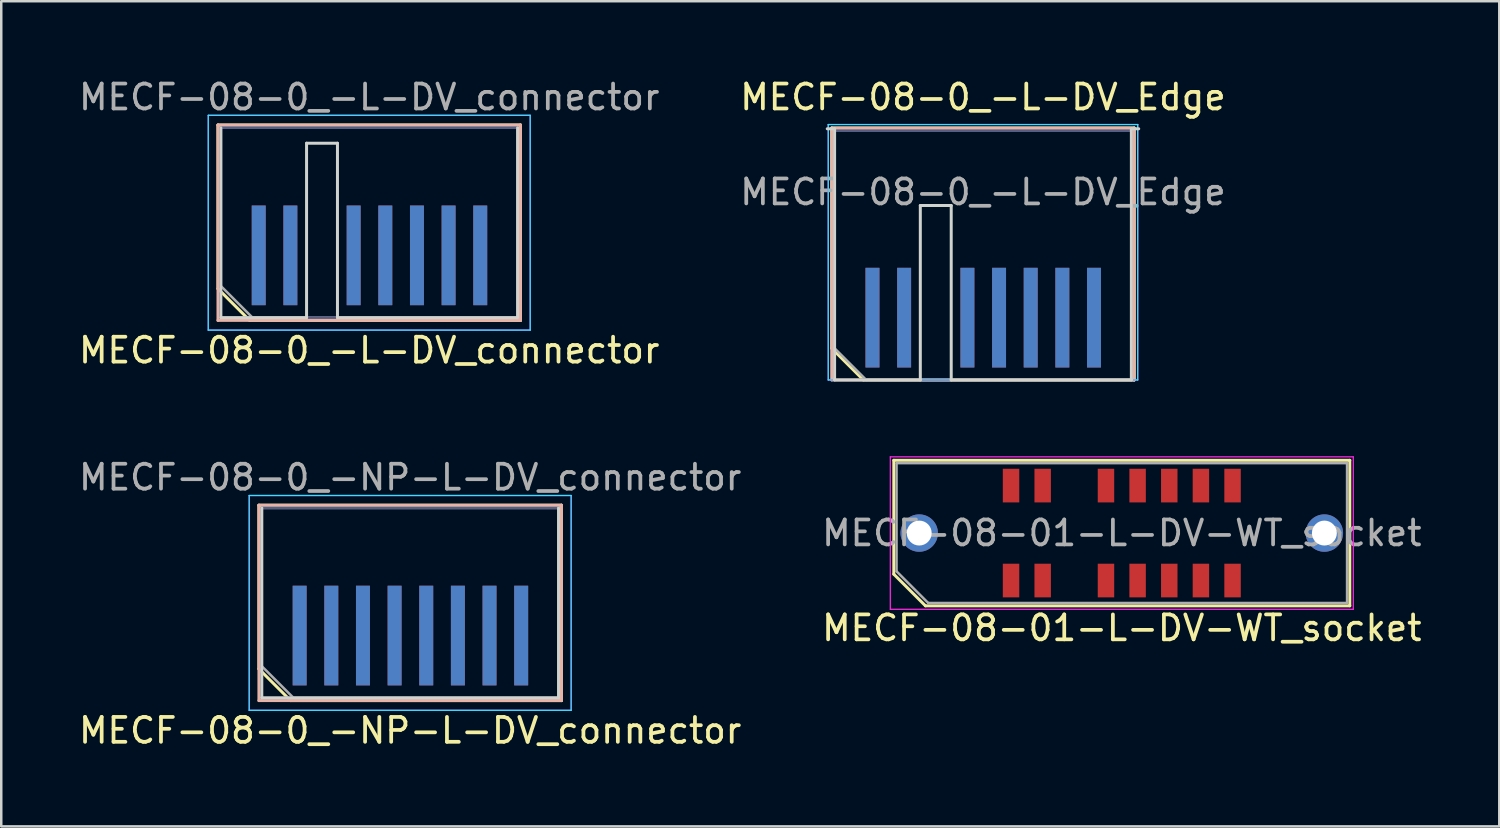
<source format=kicad_pcb>
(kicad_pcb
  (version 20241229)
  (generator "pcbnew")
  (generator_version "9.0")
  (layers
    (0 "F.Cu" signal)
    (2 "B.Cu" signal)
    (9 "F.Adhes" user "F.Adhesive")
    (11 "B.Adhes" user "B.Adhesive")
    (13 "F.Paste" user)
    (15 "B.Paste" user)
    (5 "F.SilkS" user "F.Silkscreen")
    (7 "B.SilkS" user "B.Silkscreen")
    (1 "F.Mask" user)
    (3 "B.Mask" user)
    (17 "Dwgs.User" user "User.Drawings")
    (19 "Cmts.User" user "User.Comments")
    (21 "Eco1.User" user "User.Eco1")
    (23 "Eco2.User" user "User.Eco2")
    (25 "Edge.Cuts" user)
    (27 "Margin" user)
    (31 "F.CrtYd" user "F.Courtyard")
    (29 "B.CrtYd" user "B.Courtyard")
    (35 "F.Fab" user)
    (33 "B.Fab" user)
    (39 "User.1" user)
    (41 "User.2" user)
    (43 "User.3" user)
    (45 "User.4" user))
  (footprint "MECF-08-0_-L-DV_Edge"
    (layer "F.Cu")
    (at 36.399 7.198)
    (property "Reference" "MECF-08-0_-L-DV_Edge" (at 0 -6.35 0) (layer "F.SilkS") (effects (font (size 1 1) (thickness 0.15))))
    (attr exclude_from_pos_files exclude_from_bom)
    (fp_line (start -6.07 -5.11) (end 6.07 -5.11) (stroke (width 0.12) (type solid)) (layer "F.SilkS"))
    (fp_line (start -6.07 3.73) (end -6.07 -5.11) (stroke (width 0.12) (type solid)) (layer "F.SilkS"))
    (fp_line (start -4.8 5) (end -6.07 3.73) (stroke (width 0.12) (type solid)) (layer "F.SilkS"))
    (fp_line (start -4.8 5) (end 6.07 5) (stroke (width 0.12) (type solid)) (layer "F.SilkS"))
    (fp_line (start 6.07 5) (end 6.07 -5.11) (stroke (width 0.12) (type solid)) (layer "F.SilkS"))
    (fp_line (start -6.07 -5.11) (end 6.07 -5.11) (stroke (width 0.12) (type solid)) (layer "B.SilkS"))
    (fp_line (start -6.07 5) (end -6.07 -5.11) (stroke (width 0.12) (type solid)) (layer "B.SilkS"))
    (fp_line (start -6.07 5) (end 6.07 5) (stroke (width 0.12) (type solid)) (layer "B.SilkS"))
    (fp_line (start 6.07 5) (end 6.07 -5.11) (stroke (width 0.12) (type solid)) (layer "B.SilkS"))
    (fp_line (start -6.25 -5.08) (end -5.955 -5.08) (stroke (width 0.12) (type solid)) (layer "Edge.Cuts"))
    (fp_line (start -5.955 5) (end -5.955 -5.08) (stroke (width 0.12) (type solid)) (layer "Edge.Cuts"))
    (fp_line (start -5.955 5) (end -2.515 5) (stroke (width 0.12) (type solid)) (layer "Edge.Cuts"))
    (fp_line (start -2.515 -2) (end -1.275 -2) (stroke (width 0.12) (type solid)) (layer "Edge.Cuts"))
    (fp_line (start -2.515 5) (end -2.515 -2) (stroke (width 0.12) (type solid)) (layer "Edge.Cuts"))
    (fp_line (start -1.275 5) (end -1.275 -2) (stroke (width 0.12) (type solid)) (layer "Edge.Cuts"))
    (fp_line (start -1.275 5) (end 5.955 5) (stroke (width 0.12) (type solid)) (layer "Edge.Cuts"))
    (fp_line (start 5.955 5) (end 5.955 -5.08) (stroke (width 0.12) (type solid)) (layer "Edge.Cuts"))
    (fp_line (start 6.25 -5.08) (end 5.955 -5.08) (stroke (width 0.12) (type solid)) (layer "Edge.Cuts"))
    (fp_line (start -6.21 -5.25) (end -6.21 5) (stroke (width 0.05) (type solid)) (layer "B.CrtYd"))
    (fp_line (start -6.21 5) (end 6.21 5) (stroke (width 0.05) (type solid)) (layer "B.CrtYd"))
    (fp_line (start 6.21 -5.25) (end -6.21 -5.25) (stroke (width 0.05) (type solid)) (layer "B.CrtYd"))
    (fp_line (start 6.21 5) (end 6.21 -5.25) (stroke (width 0.05) (type solid)) (layer "B.CrtYd"))
    (fp_line (start -6.21 -5.25) (end -6.21 5) (stroke (width 0.05) (type solid)) (layer "F.CrtYd"))
    (fp_line (start -6.21 5) (end 6.21 5) (stroke (width 0.05) (type solid)) (layer "F.CrtYd"))
    (fp_line (start 6.21 -5.25) (end -6.21 -5.25) (stroke (width 0.05) (type solid)) (layer "F.CrtYd"))
    (fp_line (start 6.21 5) (end 6.21 -5.25) (stroke (width 0.05) (type solid)) (layer "F.CrtYd"))
    (fp_line (start -5.955 -5) (end 5.955 -5) (stroke (width 0.1) (type solid)) (layer "B.Fab"))
    (fp_line (start -5.955 5) (end -5.955 -5) (stroke (width 0.1) (type solid)) (layer "B.Fab"))
    (fp_line (start -5.955 5) (end 5.955 5) (stroke (width 0.1) (type solid)) (layer "B.Fab"))
    (fp_line (start 5.955 5) (end 5.955 -5) (stroke (width 0.1) (type solid)) (layer "B.Fab"))
    (fp_line (start -5.955 -5) (end 5.955 -5) (stroke (width 0.1) (type solid)) (layer "F.Fab"))
    (fp_line (start -5.955 3.73) (end -5.955 -5) (stroke (width 0.1) (type solid)) (layer "F.Fab"))
    (fp_line (start -5.955 3.73) (end -4.685 5) (stroke (width 0.1) (type solid)) (layer "F.Fab"))
    (fp_line (start -4.685 5) (end 5.955 5) (stroke (width 0.1) (type solid)) (layer "F.Fab"))
    (fp_line (start 5.955 5) (end 5.955 -5) (stroke (width 0.1) (type solid)) (layer "F.Fab"))
    (fp_text user "${REFERENCE}" (at 0 -2.54 0) (layer "F.Fab") (effects (font (size 1 1) (thickness 0.15))))
    (pad "1" smd rect (at -4.435 2.5) (size 0.56 4) (layers "F.Cu" "F.Mask" "F.Paste"))
    (pad "2" smd rect (at -4.435 2.5) (size 0.56 4) (layers "B.Cu" "B.Mask" "B.Paste"))
    (pad "3" smd rect (at -3.165 2.5) (size 0.56 4) (layers "F.Cu" "F.Mask" "F.Paste"))
    (pad "4" smd rect (at -3.165 2.5) (size 0.56 4) (layers "B.Cu" "B.Mask" "B.Paste"))
    (pad "7" smd rect (at -0.625 2.5) (size 0.56 4) (layers "F.Cu" "F.Mask" "F.Paste"))
    (pad "8" smd rect (at -0.625 2.5) (size 0.56 4) (layers "B.Cu" "B.Mask" "B.Paste"))
    (pad "9" smd rect (at 0.645 2.5) (size 0.56 4) (layers "F.Cu" "F.Mask" "F.Paste"))
    (pad "10" smd rect (at 0.645 2.5) (size 0.56 4) (layers "B.Cu" "B.Mask" "B.Paste"))
    (pad "11" smd rect (at 1.915 2.5) (size 0.56 4) (layers "F.Cu" "F.Mask" "F.Paste"))
    (pad "12" smd rect (at 1.915 2.5) (size 0.56 4) (layers "B.Cu" "B.Mask" "B.Paste"))
    (pad "13" smd rect (at 3.185 2.5) (size 0.56 4) (layers "F.Cu" "F.Mask" "F.Paste"))
    (pad "14" smd rect (at 3.185 2.5) (size 0.56 4) (layers "B.Cu" "B.Mask" "B.Paste"))
    (pad "15" smd rect (at 4.455 2.5) (size 0.56 4) (layers "F.Cu" "F.Mask" "F.Paste"))
    (pad "16" smd rect (at 4.455 2.5) (size 0.56 4) (layers "B.Cu" "B.Mask" "B.Paste")))
  (footprint "MECF-08-0_-NP-L-DV_connector"
    (layer "F.Cu")
    (at 13.411 22.456)
    (property "Reference" "MECF-08-0_-NP-L-DV_connector" (at 0 3.81 0) (layer "F.SilkS") (effects (font (size 1 1) (thickness 0.15))))
    (attr smd)
    (fp_line (start -6.07 -5.23) (end 6.07 -5.23) (stroke (width 0.12) (type solid)) (layer "F.SilkS"))
    (fp_line (start -6.07 1.34) (end -6.07 -5.23) (stroke (width 0.12) (type solid)) (layer "F.SilkS"))
    (fp_line (start -4.8 2.61) (end -6.07 1.34) (stroke (width 0.12) (type solid)) (layer "F.SilkS"))
    (fp_line (start -4.8 2.61) (end 6.07 2.61) (stroke (width 0.12) (type solid)) (layer "F.SilkS"))
    (fp_line (start 6.07 2.61) (end 6.07 -5.23) (stroke (width 0.12) (type solid)) (layer "F.SilkS"))
    (fp_line (start -6.07 -5.23) (end 6.07 -5.23) (stroke (width 0.12) (type solid)) (layer "B.SilkS"))
    (fp_line (start -6.07 2.61) (end -6.07 -5.23) (stroke (width 0.12) (type solid)) (layer "B.SilkS"))
    (fp_line (start -6.07 2.61) (end 6.07 2.61) (stroke (width 0.12) (type solid)) (layer "B.SilkS"))
    (fp_line (start 6.07 2.61) (end 6.07 -5.23) (stroke (width 0.12) (type solid)) (layer "B.SilkS"))
    (fp_line (start -5.955 2.5) (end -5.955 -5.12) (stroke (width 0.12) (type solid)) (layer "Edge.Cuts"))
    (fp_line (start -5.955 2.5) (end 5.955 2.5) (stroke (width 0.12) (type solid)) (layer "Edge.Cuts"))
    (fp_line (start 5.955 2.5) (end 5.955 -5.12) (stroke (width 0.12) (type solid)) (layer "Edge.Cuts"))
    (fp_line (start -6.46 -5.62) (end -6.46 3) (stroke (width 0.05) (type solid)) (layer "B.CrtYd"))
    (fp_line (start -6.46 3) (end 6.46 3) (stroke (width 0.05) (type solid)) (layer "B.CrtYd"))
    (fp_line (start 6.46 -5.62) (end -6.46 -5.62) (stroke (width 0.05) (type solid)) (layer "B.CrtYd"))
    (fp_line (start 6.46 3) (end 6.46 -5.62) (stroke (width 0.05) (type solid)) (layer "B.CrtYd"))
    (fp_line (start -6.46 -5.62) (end -6.46 3) (stroke (width 0.05) (type solid)) (layer "F.CrtYd"))
    (fp_line (start -6.46 3) (end 6.46 3) (stroke (width 0.05) (type solid)) (layer "F.CrtYd"))
    (fp_line (start 6.46 -5.62) (end -6.46 -5.62) (stroke (width 0.05) (type solid)) (layer "F.CrtYd"))
    (fp_line (start 6.46 3) (end 6.46 -5.62) (stroke (width 0.05) (type solid)) (layer "F.CrtYd"))
    (fp_line (start -5.955 -5.12) (end 5.955 -5.12) (stroke (width 0.1) (type solid)) (layer "B.Fab"))
    (fp_line (start -5.955 2.5) (end -5.955 -5.12) (stroke (width 0.1) (type solid)) (layer "B.Fab"))
    (fp_line (start -5.955 2.5) (end 5.955 2.5) (stroke (width 0.1) (type solid)) (layer "B.Fab"))
    (fp_line (start 5.955 2.5) (end 5.955 -5.12) (stroke (width 0.1) (type solid)) (layer "B.Fab"))
    (fp_line (start -5.955 -5.12) (end 5.955 -5.12) (stroke (width 0.1) (type solid)) (layer "F.Fab"))
    (fp_line (start -5.955 1.23) (end -5.955 -5.12) (stroke (width 0.1) (type solid)) (layer "F.Fab"))
    (fp_line (start -5.955 1.23) (end -4.685 2.5) (stroke (width 0.1) (type solid)) (layer "F.Fab"))
    (fp_line (start -4.685 2.5) (end 5.955 2.5) (stroke (width 0.1) (type solid)) (layer "F.Fab"))
    (fp_line (start 5.955 2.5) (end 5.955 -5.12) (stroke (width 0.1) (type solid)) (layer "F.Fab"))
    (fp_text user "${REFERENCE}" (at 0 -6.35 0) (layer "F.Fab") (effects (font (size 1 1) (thickness 0.15))))
    (pad "1" smd rect (at -4.435 0) (size 0.56 4) (layers "F.Cu" "F.Mask" "F.Paste"))
    (pad "2" smd rect (at -4.435 0) (size 0.56 4) (layers "B.Cu" "B.Mask" "B.Paste"))
    (pad "3" smd rect (at -3.165 0) (size 0.56 4) (layers "F.Cu" "F.Mask" "F.Paste"))
    (pad "4" smd rect (at -3.165 0) (size 0.56 4) (layers "B.Cu" "B.Mask" "B.Paste"))
    (pad "5" smd rect (at -1.895 0) (size 0.56 4) (layers "F.Cu" "F.Mask" "F.Paste"))
    (pad "6" smd rect (at -1.895 0) (size 0.56 4) (layers "B.Cu" "B.Mask" "B.Paste"))
    (pad "7" smd rect (at -0.625 0) (size 0.56 4) (layers "F.Cu" "F.Mask" "F.Paste"))
    (pad "8" smd rect (at -0.625 0) (size 0.56 4) (layers "B.Cu" "B.Mask" "B.Paste"))
    (pad "9" smd rect (at 0.645 0) (size 0.56 4) (layers "F.Cu" "F.Mask" "F.Paste"))
    (pad "10" smd rect (at 0.645 0) (size 0.56 4) (layers "B.Cu" "B.Mask" "B.Paste"))
    (pad "11" smd rect (at 1.915 0) (size 0.56 4) (layers "F.Cu" "F.Mask" "F.Paste"))
    (pad "12" smd rect (at 1.915 0) (size 0.56 4) (layers "B.Cu" "B.Mask" "B.Paste"))
    (pad "13" smd rect (at 3.185 0) (size 0.56 4) (layers "F.Cu" "F.Mask" "F.Paste"))
    (pad "14" smd rect (at 3.185 0) (size 0.56 4) (layers "B.Cu" "B.Mask" "B.Paste"))
    (pad "15" smd rect (at 4.455 0) (size 0.56 4) (layers "F.Cu" "F.Mask" "F.Paste"))
    (pad "16" smd rect (at 4.455 0) (size 0.56 4) (layers "B.Cu" "B.Mask" "B.Paste")))
  (footprint "MECF-08-01-L-DV-WT_socket"
    (layer "F.Cu")
    (at 41.97 18.343)
    (property "Reference" "MECF-08-01-L-DV-WT_socket" (at 0 3.81 0) (layer "F.SilkS") (effects (font (size 1 1) (thickness 0.15))))
    (attr smd)
    (fp_line (start -9.15 -2.92) (end 9.15 -2.92) (stroke (width 0.12) (type solid)) (layer "F.SilkS"))
    (fp_line (start -9.15 1.65) (end -9.15 -2.92) (stroke (width 0.12) (type solid)) (layer "F.SilkS"))
    (fp_line (start -7.88 2.92) (end -9.15 1.65) (stroke (width 0.12) (type solid)) (layer "F.SilkS"))
    (fp_line (start -7.88 2.92) (end 9.15 2.92) (stroke (width 0.12) (type solid)) (layer "F.SilkS"))
    (fp_line (start 9.15 2.92) (end 9.15 -2.92) (stroke (width 0.12) (type solid)) (layer "F.SilkS"))
    (fp_line (start -9.29 -3.06) (end -9.29 3.06) (stroke (width 0.05) (type solid)) (layer "F.CrtYd"))
    (fp_line (start -9.29 3.06) (end 9.29 3.06) (stroke (width 0.05) (type solid)) (layer "F.CrtYd"))
    (fp_line (start 9.29 -3.06) (end -9.29 -3.06) (stroke (width 0.05) (type solid)) (layer "F.CrtYd"))
    (fp_line (start 9.29 3.06) (end 9.29 -3.06) (stroke (width 0.05) (type solid)) (layer "F.CrtYd"))
    (fp_line (start -9.04 -2.805) (end 9.04 -2.805) (stroke (width 0.1) (type solid)) (layer "F.Fab"))
    (fp_line (start -9.04 1.535) (end -9.04 -2.805) (stroke (width 0.1) (type solid)) (layer "F.Fab"))
    (fp_line (start -9.04 1.535) (end -7.77 2.805) (stroke (width 0.1) (type solid)) (layer "F.Fab"))
    (fp_line (start -7.77 2.805) (end 9.04 2.805) (stroke (width 0.1) (type solid)) (layer "F.Fab"))
    (fp_line (start 9.04 2.805) (end 9.04 -2.805) (stroke (width 0.1) (type solid)) (layer "F.Fab"))
    (fp_text user "${REFERENCE}" (at 0 0 0) (layer "F.Fab") (effects (font (size 1 1) (thickness 0.15))))
    (pad "" thru_hole circle (at -8.13 0) (size 1.5 1.5) (drill 1) (layers "*.Cu" "*.Mask"))
    (pad "" np_thru_hole circle (at -6.225 0) (size 0.001 0.001) (drill 1.45) (layers "*.Cu" "*.Mask"))
    (pad "" np_thru_hole circle (at 6.225 1) (size 0.001 0.001) (drill 1.45) (layers "*.Cu" "*.Mask"))
    (pad "" thru_hole circle (at 8.13 0) (size 1.5 1.5) (drill 1) (layers "*.Cu" "*.Mask"))
    (pad "1" smd rect (at -4.445 1.905) (size 0.66 1.35) (layers "F.Cu" "F.Mask" "F.Paste"))
    (pad "2" smd rect (at -4.445 -1.905) (size 0.66 1.35) (layers "F.Cu" "F.Mask" "F.Paste"))
    (pad "3" smd rect (at -3.175 1.905) (size 0.66 1.35) (layers "F.Cu" "F.Mask" "F.Paste"))
    (pad "4" smd rect (at -3.175 -1.905) (size 0.66 1.35) (layers "F.Cu" "F.Mask" "F.Paste"))
    (pad "7" smd rect (at -0.635 1.905) (size 0.66 1.35) (layers "F.Cu" "F.Mask" "F.Paste"))
    (pad "8" smd rect (at -0.635 -1.905) (size 0.66 1.35) (layers "F.Cu" "F.Mask" "F.Paste"))
    (pad "9" smd rect (at 0.635 1.905) (size 0.66 1.35) (layers "F.Cu" "F.Mask" "F.Paste"))
    (pad "10" smd rect (at 0.635 -1.905) (size 0.66 1.35) (layers "F.Cu" "F.Mask" "F.Paste"))
    (pad "11" smd rect (at 1.905 1.905) (size 0.66 1.35) (layers "F.Cu" "F.Mask" "F.Paste"))
    (pad "12" smd rect (at 1.905 -1.905) (size 0.66 1.35) (layers "F.Cu" "F.Mask" "F.Paste"))
    (pad "13" smd rect (at 3.175 1.905) (size 0.66 1.35) (layers "F.Cu" "F.Mask" "F.Paste"))
    (pad "14" smd rect (at 3.175 -1.905) (size 0.66 1.35) (layers "F.Cu" "F.Mask" "F.Paste"))
    (pad "15" smd rect (at 4.445 1.905) (size 0.66 1.35) (layers "F.Cu" "F.Mask" "F.Paste"))
    (pad "16" smd rect (at 4.445 -1.905) (size 0.66 1.35) (layers "F.Cu" "F.Mask" "F.Paste")))
  (footprint "MECF-08-0_-L-DV_connector"
    (layer "F.Cu")
    (at 11.768 7.198)
    (property "Reference" "MECF-08-0_-L-DV_connector" (at 0 3.81 0) (layer "F.SilkS") (effects (font (size 1 1) (thickness 0.15))))
    (attr smd)
    (fp_line (start -6.07 -5.23) (end 6.07 -5.23) (stroke (width 0.12) (type solid)) (layer "F.SilkS"))
    (fp_line (start -6.07 1.34) (end -6.07 -5.23) (stroke (width 0.12) (type solid)) (layer "F.SilkS"))
    (fp_line (start -4.8 2.61) (end -6.07 1.34) (stroke (width 0.12) (type solid)) (layer "F.SilkS"))
    (fp_line (start -4.8 2.61) (end 6.07 2.61) (stroke (width 0.12) (type solid)) (layer "F.SilkS"))
    (fp_line (start 6.07 2.61) (end 6.07 -5.23) (stroke (width 0.12) (type solid)) (layer "F.SilkS"))
    (fp_line (start -6.07 -5.23) (end 6.07 -5.23) (stroke (width 0.12) (type solid)) (layer "B.SilkS"))
    (fp_line (start -6.07 2.61) (end -6.07 -5.23) (stroke (width 0.12) (type solid)) (layer "B.SilkS"))
    (fp_line (start -6.07 2.61) (end 6.07 2.61) (stroke (width 0.12) (type solid)) (layer "B.SilkS"))
    (fp_line (start 6.07 2.61) (end 6.07 -5.23) (stroke (width 0.12) (type solid)) (layer "B.SilkS"))
    (fp_line (start -5.955 2.5) (end -5.955 -5.12) (stroke (width 0.12) (type solid)) (layer "Edge.Cuts"))
    (fp_line (start -5.955 2.5) (end -2.515 2.5) (stroke (width 0.12) (type solid)) (layer "Edge.Cuts"))
    (fp_line (start -2.515 -4.5) (end -1.275 -4.5) (stroke (width 0.12) (type solid)) (layer "Edge.Cuts"))
    (fp_line (start -2.515 2.5) (end -2.515 -4.5) (stroke (width 0.12) (type solid)) (layer "Edge.Cuts"))
    (fp_line (start -1.275 2.5) (end -1.275 -4.5) (stroke (width 0.12) (type solid)) (layer "Edge.Cuts"))
    (fp_line (start -1.275 2.5) (end 5.955 2.5) (stroke (width 0.12) (type solid)) (layer "Edge.Cuts"))
    (fp_line (start 5.955 2.5) (end 5.955 -5.12) (stroke (width 0.12) (type solid)) (layer "Edge.Cuts"))
    (fp_line (start -6.46 -5.62) (end -6.46 3) (stroke (width 0.05) (type solid)) (layer "B.CrtYd"))
    (fp_line (start -6.46 3) (end 6.46 3) (stroke (width 0.05) (type solid)) (layer "B.CrtYd"))
    (fp_line (start 6.46 -5.62) (end -6.46 -5.62) (stroke (width 0.05) (type solid)) (layer "B.CrtYd"))
    (fp_line (start 6.46 3) (end 6.46 -5.62) (stroke (width 0.05) (type solid)) (layer "B.CrtYd"))
    (fp_line (start -6.46 -5.62) (end -6.46 3) (stroke (width 0.05) (type solid)) (layer "F.CrtYd"))
    (fp_line (start -6.46 3) (end 6.46 3) (stroke (width 0.05) (type solid)) (layer "F.CrtYd"))
    (fp_line (start 6.46 -5.62) (end -6.46 -5.62) (stroke (width 0.05) (type solid)) (layer "F.CrtYd"))
    (fp_line (start 6.46 3) (end 6.46 -5.62) (stroke (width 0.05) (type solid)) (layer "F.CrtYd"))
    (fp_line (start -5.955 -5.12) (end 5.955 -5.12) (stroke (width 0.1) (type solid)) (layer "B.Fab"))
    (fp_line (start -5.955 2.5) (end -5.955 -5.12) (stroke (width 0.1) (type solid)) (layer "B.Fab"))
    (fp_line (start -5.955 2.5) (end 5.955 2.5) (stroke (width 0.1) (type solid)) (layer "B.Fab"))
    (fp_line (start 5.955 2.5) (end 5.955 -5.12) (stroke (width 0.1) (type solid)) (layer "B.Fab"))
    (fp_line (start -5.955 -5.12) (end 5.955 -5.12) (stroke (width 0.1) (type solid)) (layer "F.Fab"))
    (fp_line (start -5.955 1.23) (end -5.955 -5.12) (stroke (width 0.1) (type solid)) (layer "F.Fab"))
    (fp_line (start -5.955 1.23) (end -4.685 2.5) (stroke (width 0.1) (type solid)) (layer "F.Fab"))
    (fp_line (start -4.685 2.5) (end 5.955 2.5) (stroke (width 0.1) (type solid)) (layer "F.Fab"))
    (fp_line (start 5.955 2.5) (end 5.955 -5.12) (stroke (width 0.1) (type solid)) (layer "F.Fab"))
    (fp_text user "${REFERENCE}" (at 0 -6.35 0) (layer "F.Fab") (effects (font (size 1 1) (thickness 0.15))))
    (pad "1" smd rect (at -4.435 0) (size 0.56 4) (layers "F.Cu" "F.Mask" "F.Paste"))
    (pad "2" smd rect (at -4.435 0) (size 0.56 4) (layers "B.Cu" "B.Mask" "B.Paste"))
    (pad "3" smd rect (at -3.165 0) (size 0.56 4) (layers "F.Cu" "F.Mask" "F.Paste"))
    (pad "4" smd rect (at -3.165 0) (size 0.56 4) (layers "B.Cu" "B.Mask" "B.Paste"))
    (pad "7" smd rect (at -0.625 0) (size 0.56 4) (layers "F.Cu" "F.Mask" "F.Paste"))
    (pad "8" smd rect (at -0.625 0) (size 0.56 4) (layers "B.Cu" "B.Mask" "B.Paste"))
    (pad "9" smd rect (at 0.645 0) (size 0.56 4) (layers "F.Cu" "F.Mask" "F.Paste"))
    (pad "10" smd rect (at 0.645 0) (size 0.56 4) (layers "B.Cu" "B.Mask" "B.Paste"))
    (pad "11" smd rect (at 1.915 0) (size 0.56 4) (layers "F.Cu" "F.Mask" "F.Paste"))
    (pad "12" smd rect (at 1.915 0) (size 0.56 4) (layers "B.Cu" "B.Mask" "B.Paste"))
    (pad "13" smd rect (at 3.185 0) (size 0.56 4) (layers "F.Cu" "F.Mask" "F.Paste"))
    (pad "14" smd rect (at 3.185 0) (size 0.56 4) (layers "B.Cu" "B.Mask" "B.Paste"))
    (pad "15" smd rect (at 4.455 0) (size 0.56 4) (layers "F.Cu" "F.Mask" "F.Paste"))
    (pad "16" smd rect (at 4.455 0) (size 0.56 4) (layers "B.Cu" "B.Mask" "B.Paste")))
  (gr_rect
    (start -3 -3)
    (end 57.119 30.115)
    (stroke (width 0.1) (type default))
    (fill no)
    (layer "Edge.Cuts")))
</source>
